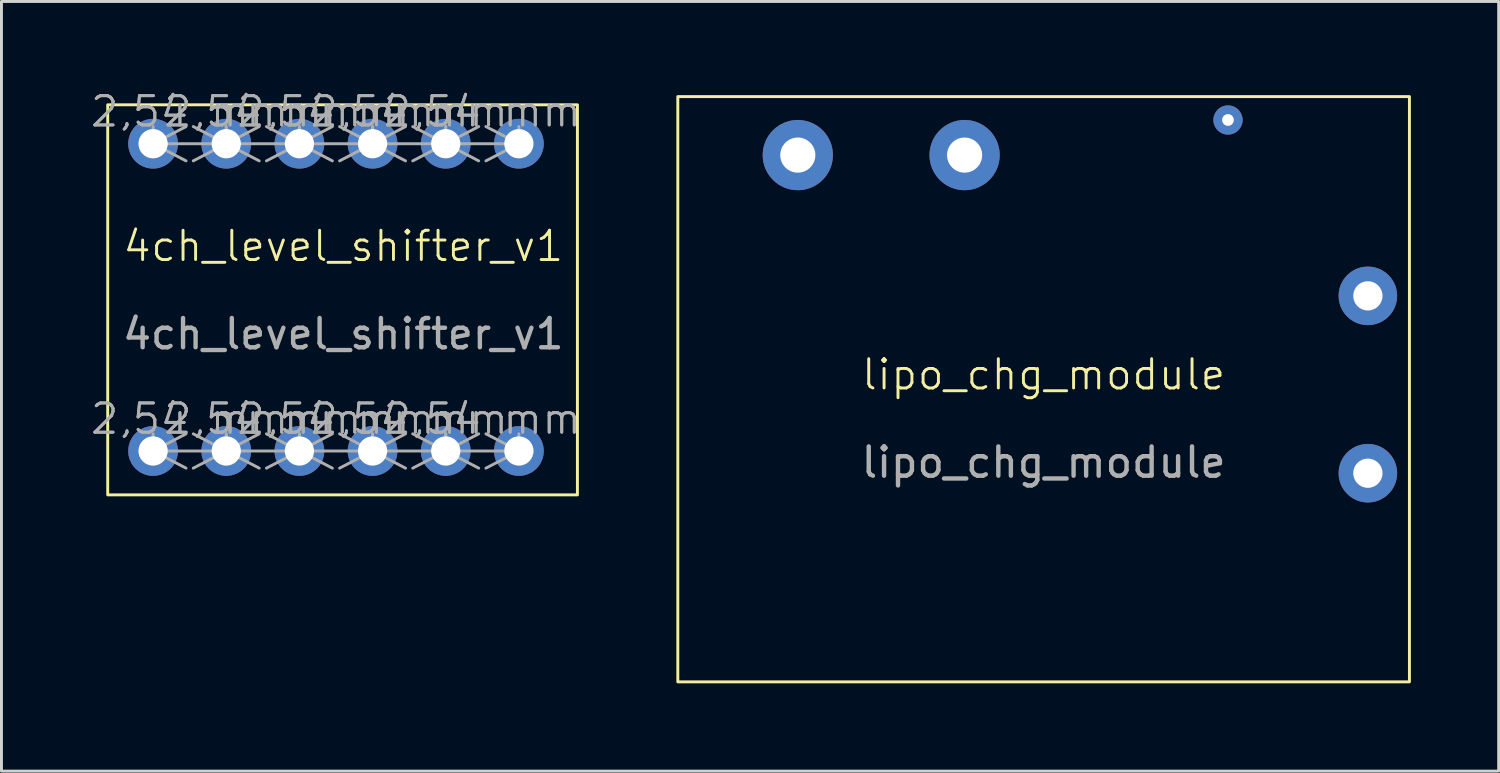
<source format=kicad_pcb>
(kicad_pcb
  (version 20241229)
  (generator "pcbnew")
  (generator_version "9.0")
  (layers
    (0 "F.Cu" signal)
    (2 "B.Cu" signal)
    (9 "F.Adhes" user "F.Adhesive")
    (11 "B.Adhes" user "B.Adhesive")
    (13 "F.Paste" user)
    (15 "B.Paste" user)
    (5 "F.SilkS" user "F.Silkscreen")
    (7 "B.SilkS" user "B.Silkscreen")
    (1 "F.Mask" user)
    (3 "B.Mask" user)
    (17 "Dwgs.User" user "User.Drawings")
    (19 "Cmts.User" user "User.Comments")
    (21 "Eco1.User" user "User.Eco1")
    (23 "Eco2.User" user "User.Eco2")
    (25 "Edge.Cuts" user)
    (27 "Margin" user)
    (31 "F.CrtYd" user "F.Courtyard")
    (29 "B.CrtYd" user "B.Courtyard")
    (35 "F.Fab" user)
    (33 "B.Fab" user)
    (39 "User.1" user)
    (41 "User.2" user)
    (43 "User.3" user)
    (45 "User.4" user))
  (footprint "lipo_chg_module"
    (layer "F.Cu")
    (at 20.112 0.25)
    (property "Reference" "lipo_chg_module" (at 12.5 9.5 0) (unlocked yes) (layer "F.SilkS") (effects (font (size 1 1) (thickness 0.1))))
    (attr through_hole)
    (fp_rect (start 0 0) (end 25 20) (stroke (width 0.1) (type default)) (fill no) (layer "F.SilkS"))
    (fp_text user "${REFERENCE}" (at 12.5 12.5 0) (unlocked yes) (layer "F.Fab") (effects (font (size 1 1) (thickness 0.15))))
    (pad "1" thru_hole circle (at 23.58 12.87) (size 2 2) (drill 1) (layers "*.Cu" "*.Mask"))
    (pad "2" thru_hole circle (at 23.58 6.81) (size 2 2) (drill 1) (layers "*.Cu" "*.Mask"))
    (pad "3" thru_hole circle (at 9.8 2) (size 2.4 2.4) (drill 1.2) (layers "*.Cu" "*.Mask"))
    (pad "4" thru_hole circle (at 4.1 2) (size 2.4 2.4) (drill 1.2) (layers "*.Cu" "*.Mask"))
    (pad "5" thru_hole circle (at 18.8 0.8) (size 1 1) (drill 0.4) (layers "*.Cu" "*.Mask")))
  (footprint "4ch_level_shifter_v1"
    (layer "F.Cu")
    (at 8.681 5.861)
    (property "Reference" "4ch_level_shifter_v1" (at 0 -0.5 0) (unlocked yes) (layer "F.SilkS") (effects (font (size 1 1) (thickness 0.1))))
    (attr through_hole)
    (fp_rect (start -8.05 -5.33) (end 8 8) (stroke (width 0.1) (type default)) (fill no) (layer "F.SilkS"))
    (fp_text user "${REFERENCE}" (at 0 2.5 0) (unlocked yes) (layer "F.Fab") (effects (font (size 1 1) (thickness 0.15))))
    (dimension (type aligned) (layer "F.Fab") (pts (xy 7.181 1.861) (xy 9.681 1.861)) (height 0) (format (prefix "") (suffix "") (units 3) (units_format 1) (precision 4) (override_value "2,54")) (style (thickness 0.1) (arrow_length 1.27) (text_position_mode 0) (arrow_direction outward) (extension_height 0.586) (extension_offset 0.5) (keep_text_aligned yes)) (gr_text "2,54 mm" (at 8.431 0.76 0) (layer "F.Fab") (effects (font (size 1 1) (thickness 0.1)))))
    (dimension (type aligned) (layer "F.Fab") (pts (xy 7.181 12.361) (xy 9.681 12.361)) (height 0) (format (prefix "") (suffix "") (units 3) (units_format 1) (precision 4) (override_value "2,54")) (style (thickness 0.1) (arrow_length 1.27) (text_position_mode 0) (arrow_direction outward) (extension_height 0.586) (extension_offset 0.5) (keep_text_aligned yes)) (gr_text "2,54 mm" (at 8.431 11.261 0) (layer "F.Fab") (effects (font (size 1 1) (thickness 0.1)))))
    (dimension (type aligned) (layer "F.Fab") (pts (xy 4.681 12.361) (xy 7.181 12.361)) (height 0) (format (prefix "") (suffix "") (units 3) (units_format 1) (precision 4) (override_value "2,54")) (style (thickness 0.1) (arrow_length 1.27) (text_position_mode 0) (arrow_direction outward) (extension_height 0.586) (extension_offset 0.5) (keep_text_aligned yes)) (gr_text "2,54 mm" (at 5.931 11.261 0) (layer "F.Fab") (effects (font (size 1 1) (thickness 0.1)))))
    (dimension (type aligned) (layer "F.Fab") (pts (xy 9.681 12.361) (xy 12.181 12.361)) (height 0) (format (prefix "") (suffix "") (units 3) (units_format 1) (precision 4) (override_value "2,54")) (style (thickness 0.1) (arrow_length 1.27) (text_position_mode 0) (arrow_direction outward) (extension_height 0.586) (extension_offset 0.5) (keep_text_aligned yes)) (gr_text "2,54 mm" (at 10.931 11.261 0) (layer "F.Fab") (effects (font (size 1 1) (thickness 0.1)))))
    (dimension (type aligned) (layer "F.Fab") (pts (xy 12.181 12.361) (xy 14.681 12.361)) (height 0) (format (prefix "") (suffix "") (units 3) (units_format 1) (precision 4) (override_value "2,54")) (style (thickness 0.1) (arrow_length 1.27) (text_position_mode 0) (arrow_direction outward) (extension_height 0.586) (extension_offset 0.5) (keep_text_aligned yes)) (gr_text "2,54 mm" (at 13.431 11.261 0) (layer "F.Fab") (effects (font (size 1 1) (thickness 0.1)))))
    (dimension (type aligned) (layer "F.Fab") (pts (xy 9.681 1.861) (xy 12.181 1.861)) (height 0) (format (prefix "") (suffix "") (units 3) (units_format 1) (precision 4) (override_value "2,54")) (style (thickness 0.1) (arrow_length 1.27) (text_position_mode 0) (arrow_direction outward) (extension_height 0.586) (extension_offset 0.5) (keep_text_aligned yes)) (gr_text "2,54 mm" (at 10.931 0.76 0) (layer "F.Fab") (effects (font (size 1 1) (thickness 0.1)))))
    (dimension (type aligned) (layer "F.Fab") (pts (xy 12.181 1.861) (xy 14.681 1.861)) (height 0) (format (prefix "") (suffix "") (units 3) (units_format 1) (precision 4) (override_value "2,54")) (style (thickness 0.1) (arrow_length 1.27) (text_position_mode 0) (arrow_direction outward) (extension_height 0.586) (extension_offset 0.5) (keep_text_aligned yes)) (gr_text "2,54 mm" (at 13.431 0.76 0) (layer "F.Fab") (effects (font (size 1 1) (thickness 0.1)))))
    (dimension (type aligned) (layer "F.Fab") (pts (xy 2.181 1.861) (xy 4.681 1.861)) (height 0) (format (prefix "") (suffix "") (units 3) (units_format 1) (precision 4) (override_value "2,54")) (style (thickness 0.1) (arrow_length 1.27) (text_position_mode 0) (arrow_direction outward) (extension_height 0.586) (extension_offset 0.5) (keep_text_aligned yes)) (gr_text "2,54 mm" (at 3.431 0.76 0) (layer "F.Fab") (effects (font (size 1 1) (thickness 0.1)))))
    (dimension (type aligned) (layer "F.Fab") (pts (xy 4.681 1.861) (xy 7.181 1.861)) (height 0) (format (prefix "") (suffix "") (units 3) (units_format 1) (precision 4) (override_value "2,54")) (style (thickness 0.1) (arrow_length 1.27) (text_position_mode 0) (arrow_direction outward) (extension_height 0.586) (extension_offset 0.5) (keep_text_aligned yes)) (gr_text "2,54 mm" (at 5.931 0.76 0) (layer "F.Fab") (effects (font (size 1 1) (thickness 0.1)))))
    (dimension (type aligned) (layer "F.Fab") (pts (xy 2.181 12.361) (xy 4.681 12.361)) (height 0) (format (prefix "") (suffix "") (units 3) (units_format 1) (precision 4) (override_value "2,54")) (style (thickness 0.1) (arrow_length 1.27) (text_position_mode 0) (arrow_direction outward) (extension_height 0.586) (extension_offset 0.5) (keep_text_aligned yes)) (gr_text "2,54 mm" (at 3.431 11.261 0) (layer "F.Fab") (effects (font (size 1 1) (thickness 0.1)))))
    (pad "1" thru_hole circle (at -6.5 6.5) (size 1.7 1.7) (drill 1) (layers "*.Cu" "*.Mask"))
    (pad "2" thru_hole circle (at -4 6.5) (size 1.7 1.7) (drill 1) (layers "*.Cu" "*.Mask"))
    (pad "3" thru_hole circle (at -1.5 6.5) (size 1.7 1.7) (drill 1) (layers "*.Cu" "*.Mask"))
    (pad "4" thru_hole circle (at 1 6.5) (size 1.7 1.7) (drill 1) (layers "*.Cu" "*.Mask"))
    (pad "5" thru_hole circle (at 3.5 6.5) (size 1.7 1.7) (drill 1) (layers "*.Cu" "*.Mask"))
    (pad "6" thru_hole circle (at 6 6.5) (size 1.7 1.7) (drill 1) (layers "*.Cu" "*.Mask"))
    (pad "7" thru_hole circle (at 6 -4) (size 1.7 1.7) (drill 1) (layers "*.Cu" "*.Mask"))
    (pad "8" thru_hole circle (at 3.5 -4) (size 1.7 1.7) (drill 1) (layers "*.Cu" "*.Mask"))
    (pad "9" thru_hole circle (at 1 -4) (size 1.7 1.7) (drill 1) (layers "*.Cu" "*.Mask"))
    (pad "10" thru_hole circle (at -1.5 -4) (size 1.7 1.7) (drill 1) (layers "*.Cu" "*.Mask"))
    (pad "11" thru_hole circle (at -4 -4) (size 1.7 1.7) (drill 1) (layers "*.Cu" "*.Mask"))
    (pad "12" thru_hole circle (at -6.5 -4) (size 1.7 1.7) (drill 1) (layers "*.Cu" "*.Mask")))
  (gr_rect
    (start -3 -3)
    (end 48.162 23.3)
    (stroke (width 0.1) (type default))
    (fill no)
    (layer "Edge.Cuts")))
</source>
